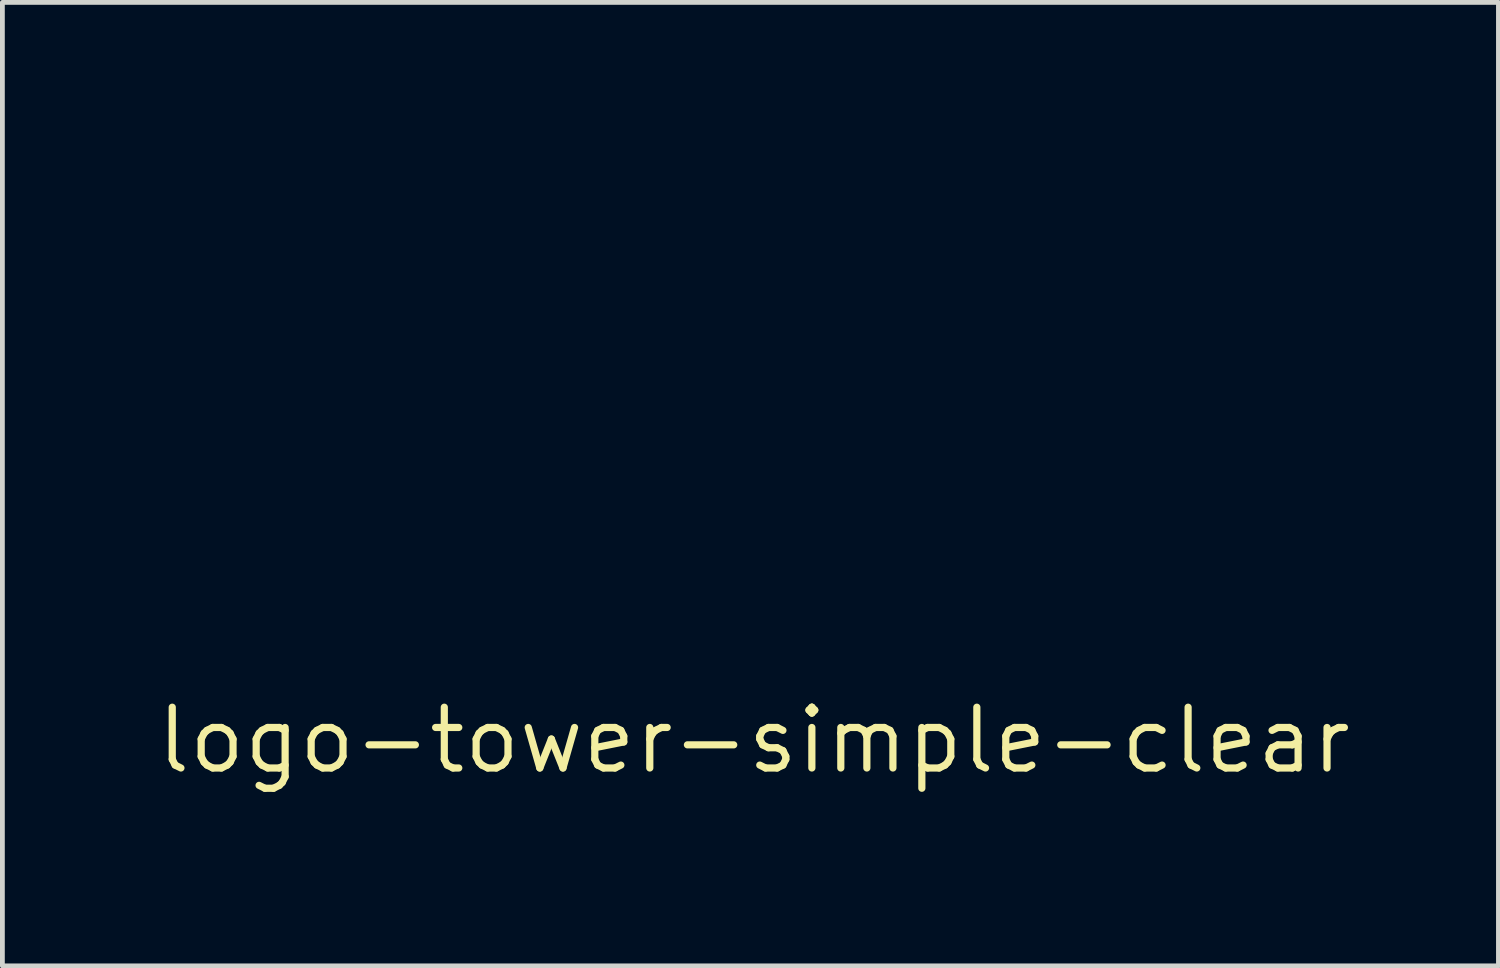
<source format=kicad_pcb>
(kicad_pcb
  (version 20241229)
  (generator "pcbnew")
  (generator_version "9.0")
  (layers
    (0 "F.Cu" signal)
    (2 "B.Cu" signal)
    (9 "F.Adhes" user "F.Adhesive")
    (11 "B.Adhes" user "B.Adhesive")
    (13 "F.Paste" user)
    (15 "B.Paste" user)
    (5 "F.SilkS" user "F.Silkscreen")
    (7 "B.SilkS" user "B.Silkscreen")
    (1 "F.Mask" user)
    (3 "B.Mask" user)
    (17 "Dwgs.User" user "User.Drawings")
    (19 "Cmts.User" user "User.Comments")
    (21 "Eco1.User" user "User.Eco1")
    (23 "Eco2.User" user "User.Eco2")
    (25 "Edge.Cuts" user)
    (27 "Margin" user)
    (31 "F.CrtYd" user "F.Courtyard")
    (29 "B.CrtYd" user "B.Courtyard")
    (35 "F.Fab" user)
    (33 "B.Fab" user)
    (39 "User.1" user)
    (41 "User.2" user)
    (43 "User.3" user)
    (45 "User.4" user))
  (footprint "logo-tower-simple-clear"
    (layer "F.Cu")
    (at 12.705 12.418)
    (property "Reference" "logo-tower-simple-clear" (at 0 0 0) (layer "F.SilkS") (effects (font (size 1.27 1.27) (thickness 0.15))))
    (attr through_hole)
    (fp_poly (pts (xy -12.234 0.529) (xy -12.7 0.529) (xy -12.7 -2.625) (xy -12.234 -2.625) (xy -12.234 0.529)) (stroke (width 0.01) (type solid)) (fill yes) (layer "F.Mask"))
    (fp_poly (pts (xy -11.388 0.529) (xy -11.853 0.529) (xy -11.853 -1.947) (xy -11.388 -1.947) (xy -11.388 0.529)) (stroke (width 0.01) (type solid)) (fill yes) (layer "F.Mask"))
    (fp_poly (pts (xy -10.52 0.529) (xy -10.964 0.529) (xy -10.964 -2.625) (xy -10.52 -2.625) (xy -10.52 0.529)) (stroke (width 0.01) (type solid)) (fill yes) (layer "F.Mask"))
    (fp_poly (pts (xy -5.174 -12.083) (xy -5.118 -12.039) (xy -5.08 -11.978) (xy -5.066 -11.906) (xy -5.082 -11.83) (xy -5.132 -11.757) (xy -5.133 -11.756) (xy -5.201 -11.716) (xy -5.283 -11.706) (xy -5.362 -11.729) (xy -5.366 -11.731) (xy -5.425 -11.779) (xy -5.454 -11.844) (xy -5.46 -11.91) (xy -5.454 -11.975) (xy -5.428 -12.022) (xy -5.396 -12.053) (xy -5.319 -12.097) (xy -5.243 -12.105) (xy -5.174 -12.083)) (stroke (width 0.01) (type solid)) (fill yes) (layer "F.Mask"))
    (fp_poly (pts (xy -11.559 -2.786) (xy -11.466 -2.757) (xy -11.393 -2.701) (xy -11.377 -2.68) (xy -11.351 -2.61) (xy -11.343 -2.522) (xy -11.355 -2.437) (xy -11.377 -2.385) (xy -11.444 -2.318) (xy -11.534 -2.279) (xy -11.636 -2.27) (xy -11.738 -2.294) (xy -11.739 -2.295) (xy -11.819 -2.349) (xy -11.872 -2.424) (xy -11.895 -2.511) (xy -11.89 -2.599) (xy -11.855 -2.679) (xy -11.79 -2.743) (xy -11.761 -2.759) (xy -11.662 -2.788) (xy -11.559 -2.786)) (stroke (width 0.01) (type solid)) (fill yes) (layer "F.Mask"))
    (fp_poly (pts (xy -5.144 -7.119) (xy -5.039 -7.065) (xy -4.959 -6.98) (xy -4.908 -6.869) (xy -4.899 -6.823) (xy -4.899 -6.705) (xy -4.935 -6.598) (xy -5.001 -6.509) (xy -5.089 -6.442) (xy -5.194 -6.404) (xy -5.309 -6.398) (xy -5.378 -6.413) (xy -5.484 -6.465) (xy -5.566 -6.549) (xy -5.617 -6.655) (xy -5.634 -6.774) (xy -5.614 -6.898) (xy -5.56 -7.001) (xy -5.477 -7.079) (xy -5.37 -7.126) (xy -5.27 -7.138) (xy -5.144 -7.119)) (stroke (width 0.01) (type solid)) (fill yes) (layer "F.Mask"))
    (fp_poly (pts (xy -6.062 -1.956) (xy -5.916 -1.937) (xy -5.91 -1.73) (xy -5.904 -1.523) (xy -5.963 -1.539) (xy -6.015 -1.547) (xy -6.092 -1.552) (xy -6.162 -1.553) (xy -6.324 -1.53) (xy -6.475 -1.47) (xy -6.61 -1.377) (xy -6.722 -1.255) (xy -6.808 -1.107) (xy -6.849 -0.99) (xy -6.858 -0.946) (xy -6.865 -0.884) (xy -6.87 -0.8) (xy -6.874 -0.69) (xy -6.877 -0.551) (xy -6.878 -0.377) (xy -6.879 -0.175) (xy -6.879 0.529) (xy -7.324 0.529) (xy -7.324 -1.905) (xy -6.879 -1.905) (xy -6.879 -1.645) (xy -6.776 -1.741) (xy -6.707 -1.8) (xy -6.634 -1.854) (xy -6.587 -1.882) (xy -6.464 -1.928) (xy -6.318 -1.956) (xy -6.165 -1.964) (xy -6.062 -1.956)) (stroke (width 0.01) (type solid)) (fill yes) (layer "F.Mask"))
    (fp_poly (pts (xy -3.408 0.529) (xy -3.852 0.529) (xy -3.852 0.227) (xy -3.946 0.313) (xy -4.095 0.423) (xy -4.271 0.503) (xy -4.468 0.551) (xy -4.681 0.567) (xy -4.907 0.55) (xy -4.964 0.54) (xy -5.193 0.479) (xy -5.394 0.387) (xy -5.566 0.265) (xy -5.708 0.112) (xy -5.819 -0.069) (xy -5.899 -0.279) (xy -5.947 -0.515) (xy -5.948 -0.521) (xy -5.958 -0.728) (xy -5.493 -0.728) (xy -5.488 -0.58) (xy -5.468 -0.443) (xy -5.442 -0.354) (xy -5.357 -0.189) (xy -5.245 -0.054) (xy -5.156 0.016) (xy -5.055 0.076) (xy -4.955 0.115) (xy -4.844 0.136) (xy -4.71 0.143) (xy -4.646 0.142) (xy -4.536 0.137) (xy -4.455 0.127) (xy -4.389 0.111) (xy -4.323 0.084) (xy -4.318 0.082) (xy -4.168 -0.01) (xy -4.045 -0.133) (xy -3.951 -0.285) (xy -3.888 -0.462) (xy -3.871 -0.545) (xy -3.859 -0.736) (xy -3.883 -0.919) (xy -3.941 -1.088) (xy -4.03 -1.239) (xy -4.148 -1.366) (xy -4.292 -1.463) (xy -4.314 -1.474) (xy -4.441 -1.517) (xy -4.588 -1.541) (xy -4.74 -1.544) (xy -4.879 -1.525) (xy -4.916 -1.515) (xy -5.076 -1.442) (xy -5.22 -1.335) (xy -5.341 -1.202) (xy -5.431 -1.048) (xy -5.455 -0.988) (xy -5.482 -0.869) (xy -5.493 -0.728) (xy -5.958 -0.728) (xy -5.959 -0.759) (xy -5.933 -0.984) (xy -5.873 -1.194) (xy -5.78 -1.385) (xy -5.656 -1.555) (xy -5.503 -1.698) (xy -5.325 -1.812) (xy -5.122 -1.894) (xy -4.947 -1.933) (xy -4.755 -1.951) (xy -4.561 -1.95) (xy -4.376 -1.928) (xy -4.215 -1.887) (xy -4.202 -1.882) (xy -4.108 -1.835) (xy -4.01 -1.767) (xy -3.969 -1.732) (xy -3.852 -1.626) (xy -3.852 -2.625) (xy -3.408 -2.625) (xy -3.408 0.529)) (stroke (width 0.01) (type solid)) (fill yes) (layer "F.Mask"))
    (fp_poly (pts (xy -1.616 -1.942) (xy -1.422 -1.909) (xy -1.257 -1.851) (xy -1.116 -1.769) (xy -1.049 -1.714) (xy -0.953 -1.624) (xy -0.953 -1.926) (xy -0.487 -1.926) (xy -0.487 0.529) (xy -0.953 0.529) (xy -0.953 0.228) (xy -1.032 0.305) (xy -1.15 0.396) (xy -1.302 0.47) (xy -1.45 0.519) (xy -1.537 0.536) (xy -1.647 0.549) (xy -1.767 0.559) (xy -1.882 0.564) (xy -1.977 0.562) (xy -2.021 0.558) (xy -2.261 0.501) (xy -2.474 0.411) (xy -2.661 0.29) (xy -2.819 0.14) (xy -2.947 -0.04) (xy -3.043 -0.246) (xy -3.072 -0.334) (xy -3.099 -0.469) (xy -3.112 -0.626) (xy -3.112 -0.637) (xy -2.658 -0.637) (xy -2.632 -0.476) (xy -2.577 -0.322) (xy -2.494 -0.18) (xy -2.384 -0.056) (xy -2.246 0.046) (xy -2.106 0.111) (xy -2.037 0.131) (xy -1.959 0.141) (xy -1.858 0.144) (xy -1.789 0.143) (xy -1.683 0.138) (xy -1.606 0.129) (xy -1.541 0.113) (xy -1.474 0.087) (xy -1.435 0.07) (xy -1.28 -0.024) (xy -1.154 -0.144) (xy -1.058 -0.284) (xy -0.992 -0.438) (xy -0.957 -0.601) (xy -0.954 -0.767) (xy -0.982 -0.932) (xy -1.043 -1.089) (xy -1.137 -1.233) (xy -1.264 -1.359) (xy -1.302 -1.388) (xy -1.453 -1.474) (xy -1.617 -1.525) (xy -1.8 -1.543) (xy -1.872 -1.541) (xy -1.976 -1.535) (xy -2.053 -1.523) (xy -2.121 -1.503) (xy -2.196 -1.47) (xy -2.207 -1.464) (xy -2.357 -1.369) (xy -2.476 -1.25) (xy -2.566 -1.112) (xy -2.626 -0.961) (xy -2.657 -0.801) (xy -2.658 -0.637) (xy -3.112 -0.637) (xy -3.112 -0.791) (xy -3.098 -0.945) (xy -3.079 -1.039) (xy -3.004 -1.251) (xy -2.895 -1.439) (xy -2.756 -1.602) (xy -2.589 -1.736) (xy -2.398 -1.839) (xy -2.185 -1.911) (xy -1.953 -1.947) (xy -1.841 -1.952) (xy -1.616 -1.942)) (stroke (width 0.01) (type solid)) (fill yes) (layer "F.Mask"))
    (fp_poly (pts (xy -8.761 -1.946) (xy -8.758 -1.946) (xy -8.533 -1.905) (xy -8.324 -1.829) (xy -8.135 -1.723) (xy -7.969 -1.588) (xy -7.832 -1.428) (xy -7.726 -1.247) (xy -7.655 -1.047) (xy -7.653 -1.035) (xy -7.633 -0.917) (xy -7.623 -0.776) (xy -7.622 -0.628) (xy -7.63 -0.487) (xy -7.647 -0.369) (xy -7.652 -0.348) (xy -7.726 -0.14) (xy -7.836 0.047) (xy -7.978 0.21) (xy -8.151 0.346) (xy -8.352 0.454) (xy -8.498 0.508) (xy -8.603 0.532) (xy -8.732 0.55) (xy -8.872 0.561) (xy -9.009 0.565) (xy -9.13 0.56) (xy -9.206 0.55) (xy -9.442 0.481) (xy -9.652 0.382) (xy -9.832 0.254) (xy -9.983 0.099) (xy -10.101 -0.082) (xy -10.185 -0.286) (xy -10.215 -0.402) (xy -10.233 -0.526) (xy -10.239 -0.669) (xy -10.238 -0.699) (xy -9.768 -0.699) (xy -9.768 -0.59) (xy -9.764 -0.511) (xy -9.755 -0.451) (xy -9.739 -0.398) (xy -9.715 -0.339) (xy -9.708 -0.323) (xy -9.616 -0.174) (xy -9.493 -0.046) (xy -9.344 0.056) (xy -9.197 0.119) (xy -9.105 0.137) (xy -8.988 0.145) (xy -8.862 0.144) (xy -8.743 0.133) (xy -8.656 0.115) (xy -8.484 0.044) (xy -8.339 -0.06) (xy -8.222 -0.193) (xy -8.136 -0.353) (xy -8.085 -0.525) (xy -8.068 -0.71) (xy -8.088 -0.889) (xy -8.142 -1.057) (xy -8.229 -1.208) (xy -8.345 -1.335) (xy -8.428 -1.398) (xy -8.594 -1.483) (xy -8.769 -1.531) (xy -8.946 -1.544) (xy -9.121 -1.524) (xy -9.286 -1.471) (xy -9.437 -1.387) (xy -9.568 -1.273) (xy -9.673 -1.132) (xy -9.7 -1.083) (xy -9.73 -1.019) (xy -9.749 -0.967) (xy -9.761 -0.914) (xy -9.766 -0.849) (xy -9.768 -0.758) (xy -9.768 -0.699) (xy -10.238 -0.699) (xy -10.235 -0.818) (xy -10.221 -0.957) (xy -10.198 -1.071) (xy -10.194 -1.083) (xy -10.107 -1.292) (xy -9.988 -1.476) (xy -9.839 -1.632) (xy -9.664 -1.76) (xy -9.466 -1.857) (xy -9.248 -1.922) (xy -9.012 -1.952) (xy -8.761 -1.946)) (stroke (width 0.01) (type solid)) (fill yes) (layer "F.Mask"))
    (fp_poly (pts (xy 1.205 -1.943) (xy 1.33 -1.928) (xy 1.386 -1.916) (xy 1.57 -1.846) (xy 1.73 -1.744) (xy 1.783 -1.697) (xy 1.863 -1.621) (xy 1.863 -1.926) (xy 2.307 -1.926) (xy 2.307 -0.555) (xy 2.307 -0.273) (xy 2.307 -0.029) (xy 2.306 0.178) (xy 2.305 0.352) (xy 2.303 0.497) (xy 2.301 0.616) (xy 2.298 0.711) (xy 2.294 0.787) (xy 2.29 0.846) (xy 2.285 0.891) (xy 2.278 0.926) (xy 2.275 0.941) (xy 2.206 1.125) (xy 2.101 1.287) (xy 1.964 1.427) (xy 1.796 1.542) (xy 1.601 1.629) (xy 1.414 1.681) (xy 1.275 1.701) (xy 1.113 1.711) (xy 0.944 1.71) (xy 0.783 1.7) (xy 0.649 1.68) (xy 0.439 1.621) (xy 0.259 1.54) (xy 0.111 1.44) (xy -0.003 1.322) (xy -0.08 1.188) (xy -0.119 1.04) (xy -0.121 1.028) (xy -0.133 0.91) (xy 0.314 0.91) (xy 0.328 0.975) (xy 0.371 1.071) (xy 0.451 1.153) (xy 0.567 1.22) (xy 0.716 1.27) (xy 0.858 1.296) (xy 1.055 1.307) (xy 1.241 1.289) (xy 1.41 1.244) (xy 1.558 1.172) (xy 1.68 1.078) (xy 1.771 0.961) (xy 1.792 0.921) (xy 1.812 0.873) (xy 1.826 0.827) (xy 1.834 0.771) (xy 1.839 0.698) (xy 1.841 0.597) (xy 1.841 0.522) (xy 1.841 0.23) (xy 1.75 0.305) (xy 1.607 0.4) (xy 1.443 0.467) (xy 1.251 0.507) (xy 1.238 0.509) (xy 0.995 0.522) (xy 0.765 0.5) (xy 0.55 0.444) (xy 0.353 0.356) (xy 0.179 0.24) (xy 0.029 0.096) (xy -0.091 -0.072) (xy -0.18 -0.264) (xy -0.222 -0.413) (xy -0.251 -0.644) (xy -0.246 -0.77) (xy 0.214 -0.77) (xy 0.216 -0.594) (xy 0.255 -0.422) (xy 0.293 -0.331) (xy 0.39 -0.179) (xy 0.515 -0.057) (xy 0.662 0.033) (xy 0.83 0.089) (xy 1.015 0.11) (xy 1.212 0.094) (xy 1.27 0.082) (xy 1.42 0.027) (xy 1.553 -0.066) (xy 1.669 -0.195) (xy 1.764 -0.357) (xy 1.793 -0.42) (xy 1.812 -0.472) (xy 1.823 -0.525) (xy 1.829 -0.591) (xy 1.83 -0.681) (xy 1.83 -0.751) (xy 1.829 -0.867) (xy 1.825 -0.95) (xy 1.816 -1.013) (xy 1.801 -1.065) (xy 1.783 -1.106) (xy 1.712 -1.224) (xy 1.612 -1.337) (xy 1.497 -1.431) (xy 1.421 -1.476) (xy 1.365 -1.502) (xy 1.315 -1.519) (xy 1.259 -1.529) (xy 1.187 -1.533) (xy 1.086 -1.535) (xy 1.058 -1.535) (xy 0.95 -1.534) (xy 0.873 -1.53) (xy 0.815 -1.522) (xy 0.764 -1.507) (xy 0.709 -1.483) (xy 0.688 -1.472) (xy 0.536 -1.375) (xy 0.41 -1.25) (xy 0.313 -1.104) (xy 0.247 -0.941) (xy 0.214 -0.77) (xy -0.246 -0.77) (xy -0.242 -0.869) (xy -0.196 -1.083) (xy -0.116 -1.283) (xy -0.005 -1.464) (xy 0.136 -1.623) (xy 0.304 -1.756) (xy 0.498 -1.859) (xy 0.667 -1.916) (xy 0.777 -1.936) (xy 0.913 -1.948) (xy 1.061 -1.95) (xy 1.205 -1.943)) (stroke (width 0.01) (type solid)) (fill yes) (layer "F.Mask"))
    (fp_poly (pts (xy -5.006 -12.411) (xy -4.581 -12.371) (xy -4.17 -12.295) (xy -3.894 -12.219) (xy -3.603 -12.118) (xy -3.311 -11.997) (xy -3.029 -11.861) (xy -2.771 -11.716) (xy -2.646 -11.637) (xy -2.288 -11.373) (xy -1.962 -11.082) (xy -1.667 -10.768) (xy -1.406 -10.432) (xy -1.178 -10.077) (xy -0.984 -9.706) (xy -0.824 -9.32) (xy -0.699 -8.923) (xy -0.61 -8.517) (xy -0.556 -8.104) (xy -0.54 -7.686) (xy -0.56 -7.267) (xy -0.618 -6.849) (xy -0.715 -6.433) (xy -0.85 -6.023) (xy -1.024 -5.621) (xy -1.206 -5.284) (xy -1.399 -4.99) (xy -1.627 -4.699) (xy -1.882 -4.418) (xy -2.158 -4.155) (xy -2.447 -3.919) (xy -2.688 -3.749) (xy -2.841 -3.655) (xy -3.013 -3.56) (xy -3.193 -3.469) (xy -3.374 -3.385) (xy -3.545 -3.312) (xy -3.698 -3.256) (xy -3.799 -3.226) (xy -3.852 -3.213) (xy -3.852 -3.577) (xy -4.805 -3.577) (xy -4.805 -3.239) (xy -5.715 -3.239) (xy -5.715 -3.577) (xy -6.689 -3.577) (xy -6.689 -3.397) (xy -6.69 -3.316) (xy -6.695 -3.254) (xy -6.702 -3.221) (xy -6.705 -3.218) (xy -6.729 -3.226) (xy -6.785 -3.247) (xy -6.864 -3.277) (xy -6.959 -3.315) (xy -6.974 -3.321) (xy -7.366 -3.496) (xy -7.727 -3.697) (xy -8.017 -3.895) (xy -6.841 -3.895) (xy -5.72 -3.895) (xy -5.706 -3.988) (xy -5.668 -4.106) (xy -5.597 -4.205) (xy -5.498 -4.281) (xy -5.38 -4.327) (xy -5.274 -4.339) (xy -5.133 -4.321) (xy -5.014 -4.269) (xy -4.919 -4.186) (xy -4.854 -4.076) (xy -4.827 -3.979) (xy -4.815 -3.905) (xy -4.259 -3.9) (xy -4.111 -3.899) (xy -3.978 -3.899) (xy -3.865 -3.9) (xy -3.778 -3.903) (xy -3.723 -3.906) (xy -3.704 -3.91) (xy -3.715 -3.937) (xy -3.741 -3.982) (xy -3.747 -3.99) (xy -3.763 -4.019) (xy -3.774 -4.053) (xy -3.782 -4.1) (xy -3.786 -4.167) (xy -3.788 -4.263) (xy -3.789 -4.378) (xy -3.789 -4.703) (xy -3.911 -4.848) (xy -4.032 -4.993) (xy -6.492 -4.995) (xy -6.622 -4.846) (xy -6.752 -4.696) (xy -6.752 -4.371) (xy -6.753 -4.244) (xy -6.755 -4.151) (xy -6.759 -4.085) (xy -6.767 -4.038) (xy -6.78 -4.002) (xy -6.797 -3.97) (xy -6.841 -3.895) (xy -8.017 -3.895) (xy -8.063 -3.926) (xy -8.381 -4.188) (xy -8.507 -4.306) (xy -8.775 -4.583) (xy -9.007 -4.863) (xy -9.212 -5.156) (xy -9.366 -5.419) (xy -6.287 -5.419) (xy -6.287 -5.207) (xy -4.255 -5.207) (xy -4.255 -5.419) (xy -6.287 -5.419) (xy -9.366 -5.419) (xy -9.396 -5.471) (xy -9.483 -5.641) (xy -9.582 -5.863) (xy -6.287 -5.863) (xy -6.287 -5.63) (xy -4.255 -5.63) (xy -4.255 -5.863) (xy -6.287 -5.863) (xy -9.582 -5.863) (xy -9.647 -6.008) (xy -9.67 -6.075) (xy -6.372 -6.075) (xy -5.271 -6.075) (xy -5.059 -6.075) (xy -4.861 -6.076) (xy -4.681 -6.077) (xy -4.521 -6.079) (xy -4.387 -6.081) (xy -4.281 -6.084) (xy -4.209 -6.087) (xy -4.173 -6.09) (xy -4.17 -6.091) (xy -4.18 -6.116) (xy -4.205 -6.168) (xy -4.24 -6.235) (xy -4.244 -6.243) (xy -4.318 -6.38) (xy -4.318 -7.332) (xy -4.509 -7.653) (xy -4.581 -7.775) (xy -4.635 -7.871) (xy -4.674 -7.949) (xy -4.703 -8.019) (xy -4.726 -8.091) (xy -4.748 -8.173) (xy -4.753 -8.194) (xy -4.763 -8.249) (xy -4.778 -8.342) (xy -4.796 -8.468) (xy -4.817 -8.623) (xy -4.841 -8.802) (xy -4.866 -9.001) (xy -4.894 -9.216) (xy -4.922 -9.443) (xy -4.95 -9.677) (xy -4.978 -9.913) (xy -5.006 -10.148) (xy -5.033 -10.377) (xy -5.058 -10.595) (xy -5.08 -10.799) (xy -5.1 -10.984) (xy -5.117 -11.146) (xy -5.13 -11.28) (xy -5.139 -11.381) (xy -5.143 -11.447) (xy -5.143 -11.458) (xy -5.141 -11.525) (xy -5.128 -11.565) (xy -5.097 -11.596) (xy -5.068 -11.616) (xy -4.999 -11.682) (xy -4.944 -11.772) (xy -4.914 -11.87) (xy -4.911 -11.907) (xy -4.928 -11.999) (xy -4.975 -12.093) (xy -5.042 -12.172) (xy -5.091 -12.207) (xy -5.203 -12.248) (xy -5.316 -12.251) (xy -5.421 -12.218) (xy -5.512 -12.154) (xy -5.581 -12.06) (xy -5.609 -11.99) (xy -5.622 -11.877) (xy -5.595 -11.77) (xy -5.531 -11.674) (xy -5.455 -11.611) (xy -5.424 -11.587) (xy -5.407 -11.558) (xy -5.399 -11.513) (xy -5.398 -11.438) (xy -5.398 -11.433) (xy -5.4 -11.376) (xy -5.408 -11.281) (xy -5.42 -11.153) (xy -5.436 -10.996) (xy -5.455 -10.815) (xy -5.477 -10.614) (xy -5.501 -10.398) (xy -5.527 -10.17) (xy -5.555 -9.935) (xy -5.583 -9.698) (xy -5.611 -9.463) (xy -5.639 -9.234) (xy -5.667 -9.016) (xy -5.693 -8.813) (xy -5.717 -8.63) (xy -5.738 -8.47) (xy -5.757 -8.338) (xy -5.773 -8.239) (xy -5.784 -8.177) (xy -5.786 -8.17) (xy -5.807 -8.09) (xy -5.831 -8.018) (xy -5.861 -7.946) (xy -5.902 -7.866) (xy -5.958 -7.767) (xy -6.029 -7.649) (xy -6.223 -7.328) (xy -6.223 -6.37) (xy -6.297 -6.222) (xy -6.372 -6.075) (xy -9.67 -6.075) (xy -9.773 -6.371) (xy -9.866 -6.737) (xy -9.925 -7.115) (xy -9.953 -7.513) (xy -9.957 -7.705) (xy -9.941 -8.131) (xy -9.89 -8.538) (xy -9.804 -8.93) (xy -9.68 -9.316) (xy -9.518 -9.7) (xy -9.47 -9.799) (xy -9.252 -10.193) (xy -9.001 -10.56) (xy -8.72 -10.898) (xy -8.41 -11.207) (xy -8.073 -11.484) (xy -7.708 -11.729) (xy -7.319 -11.941) (xy -6.906 -12.119) (xy -6.677 -12.199) (xy -6.277 -12.307) (xy -5.86 -12.378) (xy -5.435 -12.413) (xy -5.006 -12.411)) (stroke (width 0.01) (type solid)) (fill yes) (layer "F.Mask")))
  (gr_rect
    (start -3 -3)
    (end 28.261 17.133)
    (stroke (width 0.1) (type default))
    (fill no)
    (layer "Edge.Cuts")))
</source>
